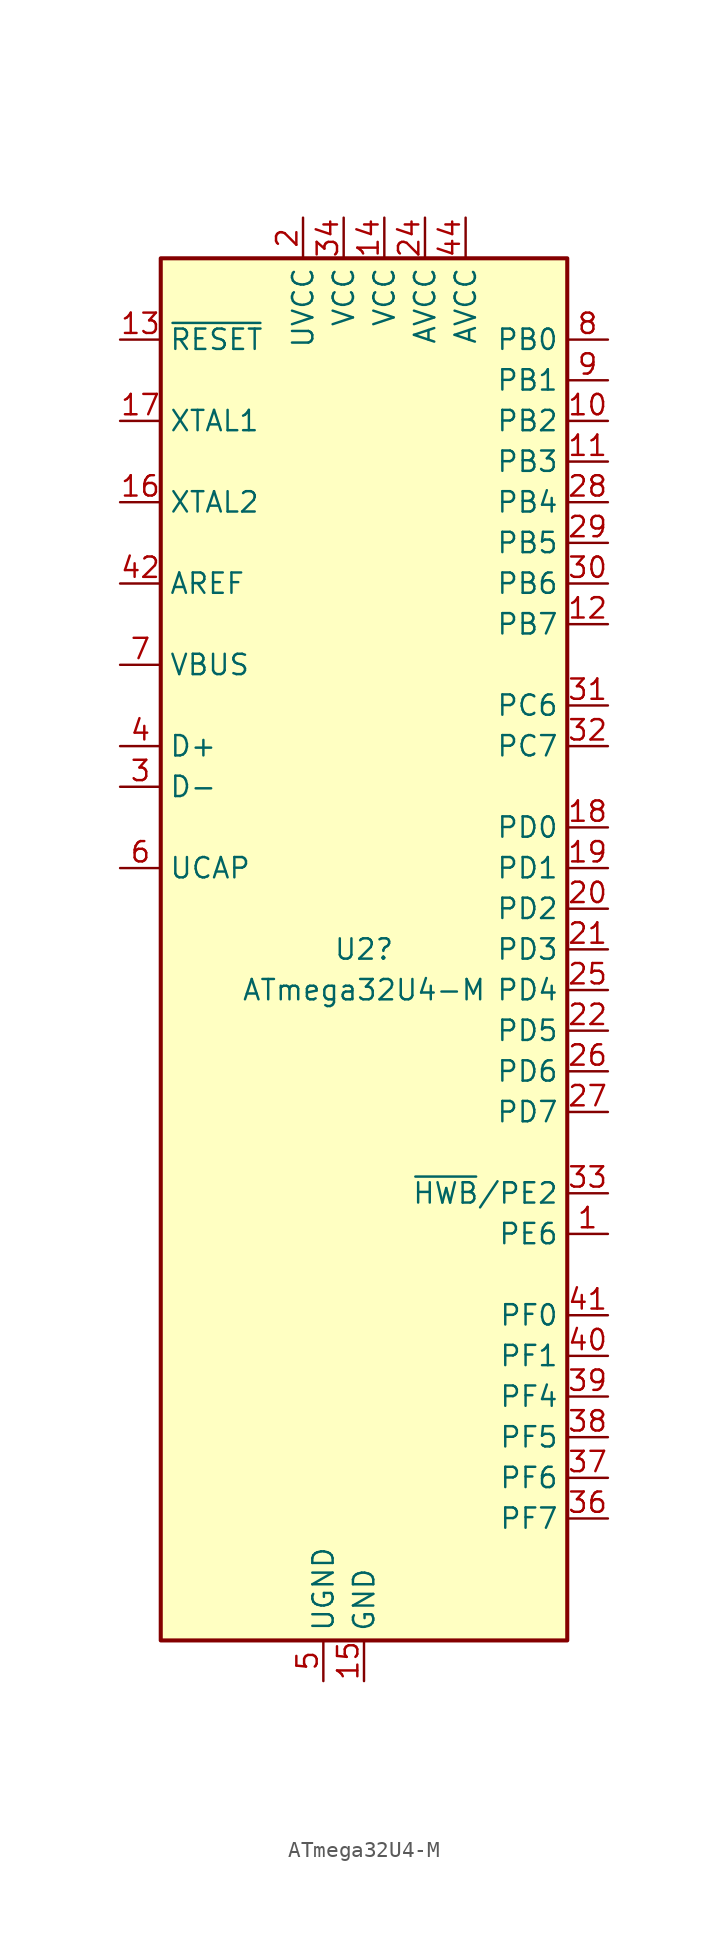
<source format=kicad_sym>
(kicad_symbol_lib
  (version 20211014)
  (generator kicad_symbol_editor)
  (symbol "ATmega32U4-M"
    (property "Reference" "U2"
      (at 0 0 0)
      (effects (font (size 1.27 1.27))))
    (property "Value" "ATmega32U4-M"
      (at 0 -2.54 0)
      (effects (font (size 1.27 1.27))))
    (symbol "ATmega32U4-M_0_1"
      (rectangle (start -12.7 -43.18) (end 12.7 43.18) (stroke (width 0.254) (type default) (color 0 0 0 0)) (fill (type background))))
    (symbol "ATmega32U4-M_1_1"
      (pin bidirectional line (at 15.24 -17.78 180) (length 2.54) (name "PE6" (effects (font (size 1.27 1.27)))) (number "1" (effects (font (size 1.27 1.27)))))
      (pin bidirectional line (at 15.24 33.02 180) (length 2.54) (name "PB2" (effects (font (size 1.27 1.27)))) (number "10" (effects (font (size 1.27 1.27)))))
      (pin bidirectional line (at 15.24 30.48 180) (length 2.54) (name "PB3" (effects (font (size 1.27 1.27)))) (number "11" (effects (font (size 1.27 1.27)))))
      (pin bidirectional line (at 15.24 20.32 180) (length 2.54) (name "PB7" (effects (font (size 1.27 1.27)))) (number "12" (effects (font (size 1.27 1.27)))))
      (pin input line (at -15.24 38.1 0) (length 2.54) (name "~{RESET}" (effects (font (size 1.27 1.27)))) (number "13" (effects (font (size 1.27 1.27)))))
      (pin power_in line (at 1.27 45.72 270) (length 2.54) (name "VCC" (effects (font (size 1.27 1.27)))) (number "14" (effects (font (size 1.27 1.27)))))
      (pin power_in line (at 0 -45.72 90) (length 2.54) (name "GND" (effects (font (size 1.27 1.27)))) (number "15" (effects (font (size 1.27 1.27)))))
      (pin output line (at -15.24 27.94 0) (length 2.54) (name "XTAL2" (effects (font (size 1.27 1.27)))) (number "16" (effects (font (size 1.27 1.27)))))
      (pin input line (at -15.24 33.02 0) (length 2.54) (name "XTAL1" (effects (font (size 1.27 1.27)))) (number "17" (effects (font (size 1.27 1.27)))))
      (pin bidirectional line (at 15.24 7.62 180) (length 2.54) (name "PD0" (effects (font (size 1.27 1.27)))) (number "18" (effects (font (size 1.27 1.27)))))
      (pin bidirectional line (at 15.24 5.08 180) (length 2.54) (name "PD1" (effects (font (size 1.27 1.27)))) (number "19" (effects (font (size 1.27 1.27)))))
      (pin power_in line (at -3.81 45.72 270) (length 2.54) (name "UVCC" (effects (font (size 1.27 1.27)))) (number "2" (effects (font (size 1.27 1.27)))))
      (pin bidirectional line (at 15.24 2.54 180) (length 2.54) (name "PD2" (effects (font (size 1.27 1.27)))) (number "20" (effects (font (size 1.27 1.27)))))
      (pin bidirectional line (at 15.24 0 180) (length 2.54) (name "PD3" (effects (font (size 1.27 1.27)))) (number "21" (effects (font (size 1.27 1.27)))))
      (pin bidirectional line (at 15.24 -5.08 180) (length 2.54) (name "PD5" (effects (font (size 1.27 1.27)))) (number "22" (effects (font (size 1.27 1.27)))))
      (pin passive line (at 0 -45.72 90) (length 2.54) hide (name "GND" (effects (font (size 1.27 1.27)))) (number "23" (effects (font (size 1.27 1.27)))))
      (pin power_in line (at 3.81 45.72 270) (length 2.54) (name "AVCC" (effects (font (size 1.27 1.27)))) (number "24" (effects (font (size 1.27 1.27)))))
      (pin bidirectional line (at 15.24 -2.54 180) (length 2.54) (name "PD4" (effects (font (size 1.27 1.27)))) (number "25" (effects (font (size 1.27 1.27)))))
      (pin bidirectional line (at 15.24 -7.62 180) (length 2.54) (name "PD6" (effects (font (size 1.27 1.27)))) (number "26" (effects (font (size 1.27 1.27)))))
      (pin bidirectional line (at 15.24 -10.16 180) (length 2.54) (name "PD7" (effects (font (size 1.27 1.27)))) (number "27" (effects (font (size 1.27 1.27)))))
      (pin bidirectional line (at 15.24 27.94 180) (length 2.54) (name "PB4" (effects (font (size 1.27 1.27)))) (number "28" (effects (font (size 1.27 1.27)))))
      (pin bidirectional line (at 15.24 25.4 180) (length 2.54) (name "PB5" (effects (font (size 1.27 1.27)))) (number "29" (effects (font (size 1.27 1.27)))))
      (pin bidirectional line (at -15.24 10.16 0) (length 2.54) (name "D-" (effects (font (size 1.27 1.27)))) (number "3" (effects (font (size 1.27 1.27)))))
      (pin bidirectional line (at 15.24 22.86 180) (length 2.54) (name "PB6" (effects (font (size 1.27 1.27)))) (number "30" (effects (font (size 1.27 1.27)))))
      (pin bidirectional line (at 15.24 15.24 180) (length 2.54) (name "PC6" (effects (font (size 1.27 1.27)))) (number "31" (effects (font (size 1.27 1.27)))))
      (pin bidirectional line (at 15.24 12.7 180) (length 2.54) (name "PC7" (effects (font (size 1.27 1.27)))) (number "32" (effects (font (size 1.27 1.27)))))
      (pin bidirectional line (at 15.24 -15.24 180) (length 2.54) (name "~{HWB}/PE2" (effects (font (size 1.27 1.27)))) (number "33" (effects (font (size 1.27 1.27)))))
      (pin power_in line (at -1.27 45.72 270) (length 2.54) (name "VCC" (effects (font (size 1.27 1.27)))) (number "34" (effects (font (size 1.27 1.27)))))
      (pin passive line (at 0 -45.72 90) (length 2.54) hide (name "GND" (effects (font (size 1.27 1.27)))) (number "35" (effects (font (size 1.27 1.27)))))
      (pin bidirectional line (at 15.24 -35.56 180) (length 2.54) (name "PF7" (effects (font (size 1.27 1.27)))) (number "36" (effects (font (size 1.27 1.27)))))
      (pin bidirectional line (at 15.24 -33.02 180) (length 2.54) (name "PF6" (effects (font (size 1.27 1.27)))) (number "37" (effects (font (size 1.27 1.27)))))
      (pin bidirectional line (at 15.24 -30.48 180) (length 2.54) (name "PF5" (effects (font (size 1.27 1.27)))) (number "38" (effects (font (size 1.27 1.27)))))
      (pin bidirectional line (at 15.24 -27.94 180) (length 2.54) (name "PF4" (effects (font (size 1.27 1.27)))) (number "39" (effects (font (size 1.27 1.27)))))
      (pin bidirectional line (at -15.24 12.7 0) (length 2.54) (name "D+" (effects (font (size 1.27 1.27)))) (number "4" (effects (font (size 1.27 1.27)))))
      (pin bidirectional line (at 15.24 -25.4 180) (length 2.54) (name "PF1" (effects (font (size 1.27 1.27)))) (number "40" (effects (font (size 1.27 1.27)))))
      (pin bidirectional line (at 15.24 -22.86 180) (length 2.54) (name "PF0" (effects (font (size 1.27 1.27)))) (number "41" (effects (font (size 1.27 1.27)))))
      (pin passive line (at -15.24 22.86 0) (length 2.54) (name "AREF" (effects (font (size 1.27 1.27)))) (number "42" (effects (font (size 1.27 1.27)))))
      (pin passive line (at 0 -45.72 90) (length 2.54) hide (name "GND" (effects (font (size 1.27 1.27)))) (number "43" (effects (font (size 1.27 1.27)))))
      (pin power_in line (at 6.35 45.72 270) (length 2.54) (name "AVCC" (effects (font (size 1.27 1.27)))) (number "44" (effects (font (size 1.27 1.27)))))
      (pin passive line (at -2.54 -45.72 90) (length 2.54) (name "UGND" (effects (font (size 1.27 1.27)))) (number "5" (effects (font (size 1.27 1.27)))))
      (pin passive line (at -15.24 5.08 0) (length 2.54) (name "UCAP" (effects (font (size 1.27 1.27)))) (number "6" (effects (font (size 1.27 1.27)))))
      (pin input line (at -15.24 17.78 0) (length 2.54) (name "VBUS" (effects (font (size 1.27 1.27)))) (number "7" (effects (font (size 1.27 1.27)))))
      (pin bidirectional line (at 15.24 38.1 180) (length 2.54) (name "PB0" (effects (font (size 1.27 1.27)))) (number "8" (effects (font (size 1.27 1.27)))))
      (pin bidirectional line (at 15.24 35.56 180) (length 2.54) (name "PB1" (effects (font (size 1.27 1.27)))) (number "9" (effects (font (size 1.27 1.27))))))))
</source>
